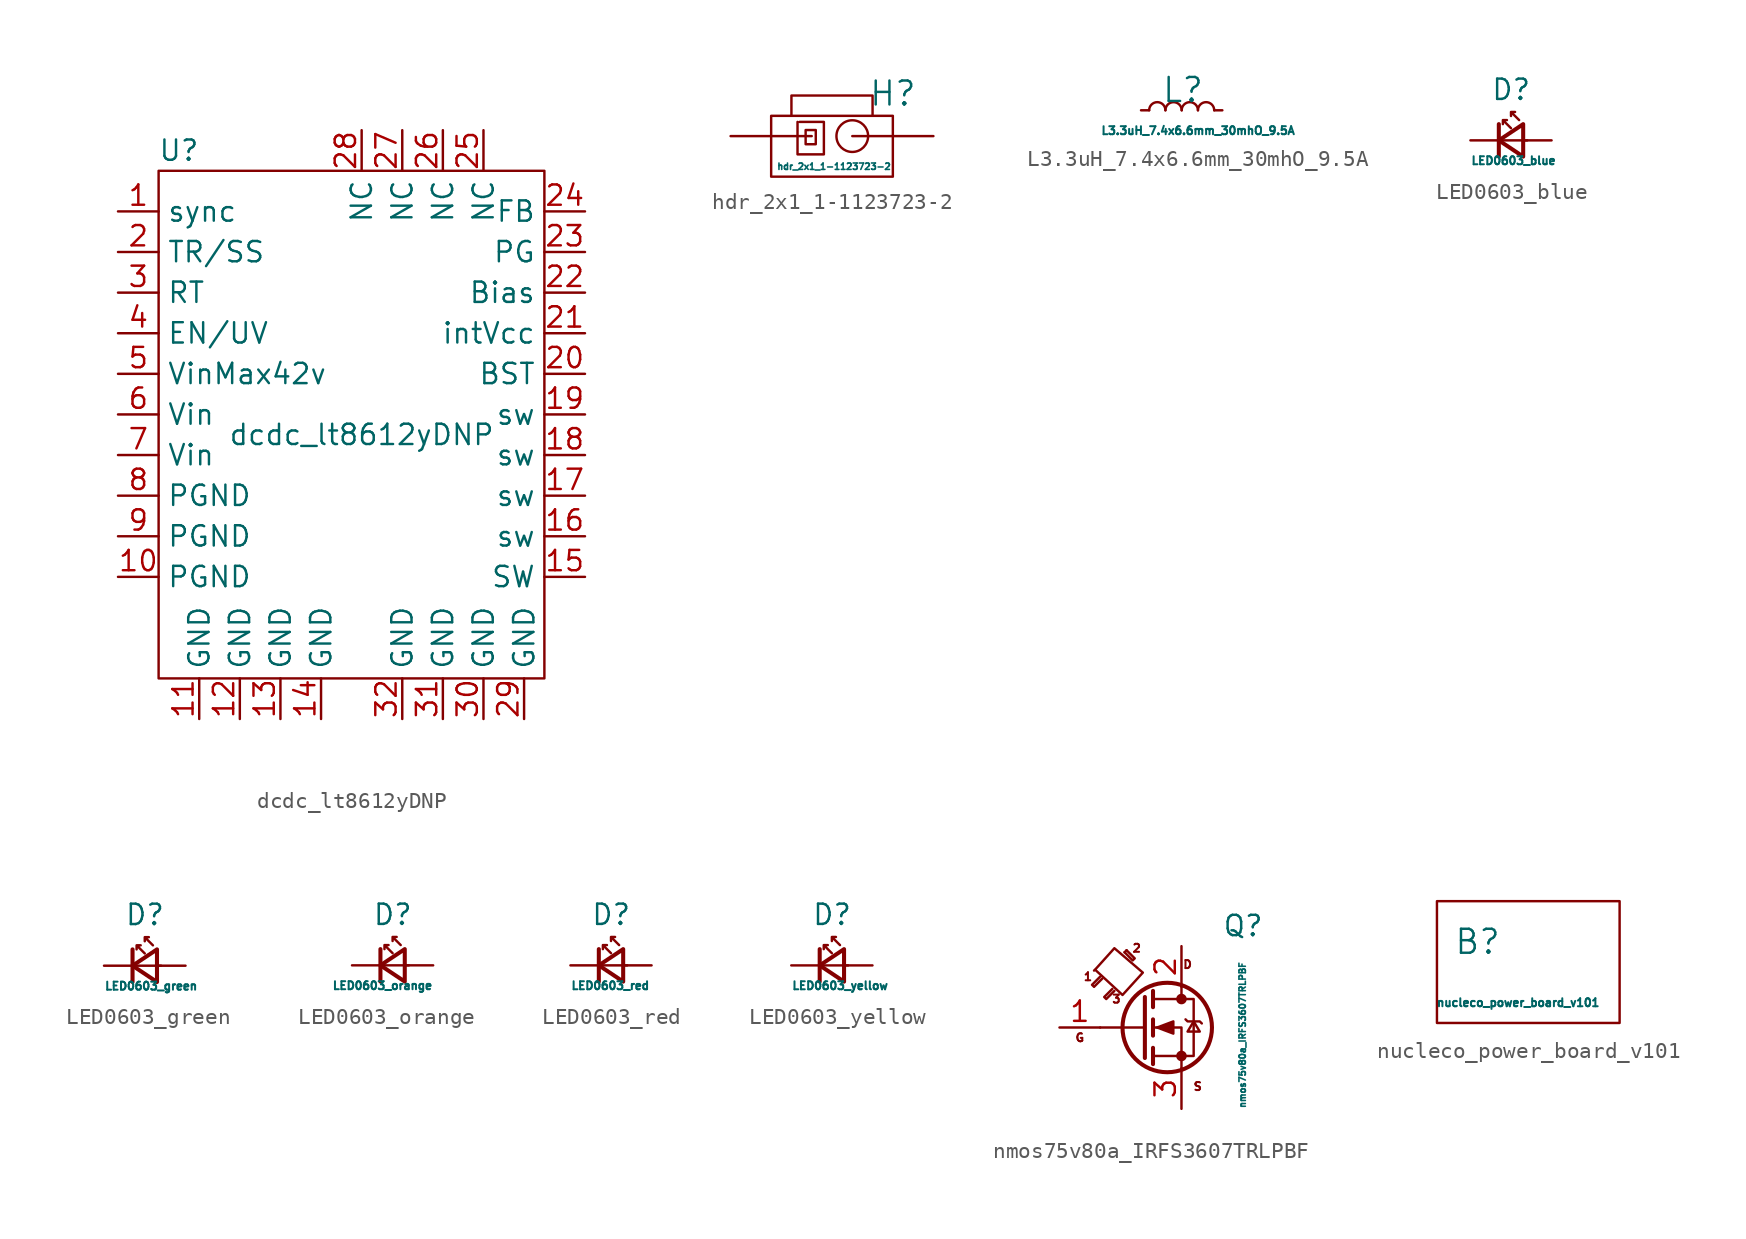
<source format=kicad_sym>
(kicad_symbol_lib
  (version 20211014)
  (generator kicad_symbol_editor)
  (symbol "dcdc_lt8612yDNP"
    (property "Reference" "U"
      (at -7.62 3.81 0)
      (effects (font (size 1.27 1.27))))
    (property "Value" "dcdc_lt8612yDNP"
      (at 3.81 -13.97 0)
      (effects (font (size 1.27 1.27))))
    (symbol "dcdc_lt8612yDNP_0_0"
      (pin input line (at -11.43 0 0) (length 2.54) (name "sync" (effects (font (size 1.27 1.27)))) (number "1" (effects (font (size 1.27 1.27)))))
      (pin power_out line (at -11.43 -22.86 0) (length 2.54) (name "PGND" (effects (font (size 1.27 1.27)))) (number "10" (effects (font (size 1.27 1.27)))))
      (pin power_out line (at -6.35 -31.75 90) (length 2.54) (name "GND" (effects (font (size 1.27 1.27)))) (number "11" (effects (font (size 1.27 1.27)))))
      (pin power_out line (at -3.81 -31.75 90) (length 2.54) (name "GND" (effects (font (size 1.27 1.27)))) (number "12" (effects (font (size 1.27 1.27)))))
      (pin power_out line (at -1.27 -31.75 90) (length 2.54) (name "GND" (effects (font (size 1.27 1.27)))) (number "13" (effects (font (size 1.27 1.27)))))
      (pin power_out line (at 1.27 -31.75 90) (length 2.54) (name "GND" (effects (font (size 1.27 1.27)))) (number "14" (effects (font (size 1.27 1.27)))))
      (pin power_out line (at 17.78 -22.86 180) (length 2.54) (name "SW" (effects (font (size 1.27 1.27)))) (number "15" (effects (font (size 1.27 1.27)))))
      (pin power_out line (at 17.78 -20.32 180) (length 2.54) (name "sw" (effects (font (size 1.27 1.27)))) (number "16" (effects (font (size 1.27 1.27)))))
      (pin power_out line (at 17.78 -17.78 180) (length 2.54) (name "sw" (effects (font (size 1.27 1.27)))) (number "17" (effects (font (size 1.27 1.27)))))
      (pin power_out line (at 17.78 -15.24 180) (length 2.54) (name "sw" (effects (font (size 1.27 1.27)))) (number "18" (effects (font (size 1.27 1.27)))))
      (pin power_out line (at 17.78 -12.7 180) (length 2.54) (name "sw" (effects (font (size 1.27 1.27)))) (number "19" (effects (font (size 1.27 1.27)))))
      (pin input line (at -11.43 -2.54 0) (length 2.54) (name "TR/SS" (effects (font (size 1.27 1.27)))) (number "2" (effects (font (size 1.27 1.27)))))
      (pin power_out line (at 17.78 -10.16 180) (length 2.54) (name "BST" (effects (font (size 1.27 1.27)))) (number "20" (effects (font (size 1.27 1.27)))))
      (pin power_out line (at 17.78 -7.62 180) (length 2.54) (name "intVcc" (effects (font (size 1.27 1.27)))) (number "21" (effects (font (size 1.27 1.27)))))
      (pin input line (at 17.78 -5.08 180) (length 2.54) (name "Bias" (effects (font (size 1.27 1.27)))) (number "22" (effects (font (size 1.27 1.27)))))
      (pin open_collector line (at 17.78 -2.54 180) (length 2.54) (name "PG" (effects (font (size 1.27 1.27)))) (number "23" (effects (font (size 1.27 1.27)))))
      (pin input line (at 17.78 0 180) (length 2.54) (name "FB" (effects (font (size 1.27 1.27)))) (number "24" (effects (font (size 1.27 1.27)))))
      (pin power_out line (at 11.43 5.08 270) (length 2.54) (name "NC" (effects (font (size 1.27 1.27)))) (number "25" (effects (font (size 1.27 1.27)))))
      (pin power_out line (at 8.89 5.08 270) (length 2.54) (name "NC" (effects (font (size 1.27 1.27)))) (number "26" (effects (font (size 1.27 1.27)))))
      (pin power_out line (at 6.35 5.08 270) (length 2.54) (name "NC" (effects (font (size 1.27 1.27)))) (number "27" (effects (font (size 1.27 1.27)))))
      (pin power_out line (at 3.81 5.08 270) (length 2.54) (name "NC" (effects (font (size 1.27 1.27)))) (number "28" (effects (font (size 1.27 1.27)))))
      (pin power_out line (at 13.97 -31.75 90) (length 2.54) (name "GND" (effects (font (size 1.27 1.27)))) (number "29" (effects (font (size 1.27 1.27)))))
      (pin input line (at -11.43 -5.08 0) (length 2.54) (name "RT" (effects (font (size 1.27 1.27)))) (number "3" (effects (font (size 1.27 1.27)))))
      (pin power_out line (at 11.43 -31.75 90) (length 2.54) (name "GND" (effects (font (size 1.27 1.27)))) (number "30" (effects (font (size 1.27 1.27)))))
      (pin power_out line (at 8.89 -31.75 90) (length 2.54) (name "GND" (effects (font (size 1.27 1.27)))) (number "31" (effects (font (size 1.27 1.27)))))
      (pin power_out line (at 6.35 -31.75 90) (length 2.54) (name "GND" (effects (font (size 1.27 1.27)))) (number "32" (effects (font (size 1.27 1.27)))))
      (pin input line (at -11.43 -7.62 0) (length 2.54) (name "EN/UV" (effects (font (size 1.27 1.27)))) (number "4" (effects (font (size 1.27 1.27)))))
      (pin power_in line (at -11.43 -10.16 0) (length 2.54) (name "VinMax42v" (effects (font (size 1.27 1.27)))) (number "5" (effects (font (size 1.27 1.27)))))
      (pin power_in line (at -11.43 -12.7 0) (length 2.54) (name "Vin" (effects (font (size 1.27 1.27)))) (number "6" (effects (font (size 1.27 1.27)))))
      (pin power_in line (at -11.43 -15.24 0) (length 2.54) (name "Vin" (effects (font (size 1.27 1.27)))) (number "7" (effects (font (size 1.27 1.27)))))
      (pin power_out line (at -11.43 -17.78 0) (length 2.54) (name "PGND" (effects (font (size 1.27 1.27)))) (number "8" (effects (font (size 1.27 1.27)))))
      (pin power_out line (at -11.43 -20.32 0) (length 2.54) (name "PGND" (effects (font (size 1.27 1.27)))) (number "9" (effects (font (size 1.27 1.27))))))
    (symbol "dcdc_lt8612yDNP_0_1"
      (rectangle (start -8.89 2.54) (end 15.24 -29.21) (stroke (width 0) (type default) (color 0 0 0 0)) (fill (type none)))))
  (symbol "hdr_2x1_1-1123723-2"
    (pin_numbers hide)
    (pin_names
      (offset 0))
    (property "Reference" "H"
      (at 3.81 2.667 0)
      (effects (font (size 1.5 1.5))))
    (property "Value" "hdr_2x1_1-1123723-2"
      (at 0.127 -1.905 0)
      (effects (font (size 0.4 0.4))))
    (symbol "hdr_2x1_1-1123723-2_0_1"
      (polyline (pts (xy -2.159 0.889) (xy -2.159 -1.143) (xy -0.508 -1.143) (xy -0.508 0.889) (xy -2.032 0.889)) (stroke (width 0) (type default) (color 0 0 0 0)) (fill (type none)))
      (polyline (pts (xy -1.651 0.381) (xy -1.651 -0.508) (xy -1.016 -0.508) (xy -1.016 0.381) (xy -1.651 0.381)) (stroke (width 0) (type default) (color 0 0 0 0)) (fill (type none)))
      (polyline (pts (xy -2.54 1.27) (xy -2.54 2.54) (xy 2.54 2.54) (xy 2.54 1.27) (xy -3.81 1.27) (xy -3.81 -2.54) (xy 3.81 -2.54) (xy 3.81 1.27) (xy 2.54 1.27)) (stroke (width 0) (type default) (color 0 0 0 0)) (fill (type none)))
      (circle (center 1.27 0) (radius 0.992) (stroke (width 0) (type default) (color 0 0 0 0)) (fill (type none))))
    (symbol "hdr_2x1_1-1123723-2_1_1"
      (pin passive line (at -6.35 0 0) (length 5.08) (name "~" (effects (font (size 1.27 1.27)))) (number "1" (effects (font (size 1.27 1.27)))))
      (pin passive line (at 6.35 0 180) (length 5.08) (name "~" (effects (font (size 1.27 1.27)))) (number "2" (effects (font (size 1.27 1.27)))))))
  (symbol "L3.3uH_7.4x6.6mm_30mhO_9.5A"
    (pin_numbers hide)
    (pin_names
      (offset 0.254) hide)
    (property "Reference" "L"
      (at -1.27 1.27 0)
      (effects (font (size 1.5 1.5)) (justify left)))
    (property "Value" "L3.3uH_7.4x6.6mm_30mhO_9.5A"
      (at -5.08 -1.27 0)
      (effects (font (size 0.5 0.5)) (justify left)))
    (symbol "L3.3uH_7.4x6.6mm_30mhO_9.5A_0_1"
      (arc (start -1.016 0) (mid -1.524 0.508) (end -2.032 0) (stroke (width 0) (type default) (color 0 0 0 0)) (fill (type none)))
      (arc (start 0 0) (mid -0.508 0.508) (end -1.016 0) (stroke (width 0) (type default) (color 0 0 0 0)) (fill (type none)))
      (arc (start 1.016 0) (mid 0.508 0.508) (end 0 0) (stroke (width 0) (type default) (color 0 0 0 0)) (fill (type none)))
      (arc (start 2.032 0) (mid 1.524 0.508) (end 1.016 0) (stroke (width 0) (type default) (color 0 0 0 0)) (fill (type none))))
    (symbol "L3.3uH_7.4x6.6mm_30mhO_9.5A_1_1"
      (pin passive line (at -2.54 0 0) (length 0.508) (name "~" (effects (font (size 1.27 1.27)))) (number "1" (effects (font (size 1.27 1.27)))))
      (pin passive line (at 2.54 0 180) (length 0.508) (name "~" (effects (font (size 1.27 1.27)))) (number "2" (effects (font (size 1.27 1.27)))))))
  (symbol "LED0603_blue"
    (pin_numbers hide)
    (pin_names
      (offset 0.254) hide)
    (property "Reference" "D"
      (at -1.27 3.175 0)
      (effects (font (size 1.27 1.27)) (justify left)))
    (property "Value" "LED0603_blue"
      (at -2.54 -1.27 0)
      (effects (font (size 0.5 0.5)) (justify left)))
    (symbol "LED0603_blue_0_1"
      (polyline (pts (xy -0.762 -1.016) (xy -0.762 1.016)) (stroke (width 0.254) (type default) (color 0 0 0 0)) (fill (type none)))
      (polyline (pts (xy 1.016 0) (xy -0.762 0)) (stroke (width 0) (type default) (color 0 0 0 0)) (fill (type none)))
      (polyline (pts (xy 0.762 -1.016) (xy -0.762 0) (xy 0.762 1.016) (xy 0.762 -1.016)) (stroke (width 0.254) (type default) (color 0 0 0 0)) (fill (type none)))
      (polyline (pts (xy 0 0.762) (xy -0.508 1.27) (xy -0.254 1.27) (xy -0.508 1.27) (xy -0.508 1.016)) (stroke (width 0) (type default) (color 0 0 0 0)) (fill (type none)))
      (polyline (pts (xy 0.508 1.27) (xy 0 1.778) (xy 0.254 1.778) (xy 0 1.778) (xy 0 1.524)) (stroke (width 0) (type default) (color 0 0 0 0)) (fill (type none))))
    (symbol "LED0603_blue_1_1"
      (pin passive line (at -2.54 0 0) (length 1.778) (name "K" (effects (font (size 1.27 1.27)))) (number "1" (effects (font (size 1.27 1.27)))))
      (pin passive line (at 2.54 0 180) (length 1.778) (name "A" (effects (font (size 1.27 1.27)))) (number "2" (effects (font (size 1.27 1.27)))))))
  (symbol "LED0603_green"
    (pin_numbers hide)
    (pin_names
      (offset 0.254) hide)
    (property "Reference" "D"
      (at -1.27 3.175 0)
      (effects (font (size 1.27 1.27)) (justify left)))
    (property "Value" "LED0603_green"
      (at -2.54 -1.27 0)
      (effects (font (size 0.5 0.5)) (justify left)))
    (symbol "LED0603_green_0_1"
      (polyline (pts (xy -0.762 -1.016) (xy -0.762 1.016)) (stroke (width 0.254) (type default) (color 0 0 0 0)) (fill (type none)))
      (polyline (pts (xy 1.016 0) (xy -0.762 0)) (stroke (width 0) (type default) (color 0 0 0 0)) (fill (type none)))
      (polyline (pts (xy 0.762 -1.016) (xy -0.762 0) (xy 0.762 1.016) (xy 0.762 -1.016)) (stroke (width 0.254) (type default) (color 0 0 0 0)) (fill (type none)))
      (polyline (pts (xy 0 0.762) (xy -0.508 1.27) (xy -0.254 1.27) (xy -0.508 1.27) (xy -0.508 1.016)) (stroke (width 0) (type default) (color 0 0 0 0)) (fill (type none)))
      (polyline (pts (xy 0.508 1.27) (xy 0 1.778) (xy 0.254 1.778) (xy 0 1.778) (xy 0 1.524)) (stroke (width 0) (type default) (color 0 0 0 0)) (fill (type none))))
    (symbol "LED0603_green_1_1"
      (pin passive line (at -2.54 0 0) (length 1.778) (name "K" (effects (font (size 1.27 1.27)))) (number "1" (effects (font (size 1.27 1.27)))))
      (pin passive line (at 2.54 0 180) (length 1.778) (name "A" (effects (font (size 1.27 1.27)))) (number "2" (effects (font (size 1.27 1.27)))))))
  (symbol "LED0603_orange"
    (pin_numbers hide)
    (pin_names
      (offset 0.254) hide)
    (property "Reference" "D"
      (at -1.27 3.175 0)
      (effects (font (size 1.27 1.27)) (justify left)))
    (property "Value" "LED0603_orange"
      (at -3.81 -1.27 0)
      (effects (font (size 0.5 0.5)) (justify left)))
    (symbol "LED0603_orange_0_1"
      (polyline (pts (xy -0.762 -1.016) (xy -0.762 1.016)) (stroke (width 0.254) (type default) (color 0 0 0 0)) (fill (type none)))
      (polyline (pts (xy 1.016 0) (xy -0.762 0)) (stroke (width 0) (type default) (color 0 0 0 0)) (fill (type none)))
      (polyline (pts (xy 0.762 -1.016) (xy -0.762 0) (xy 0.762 1.016) (xy 0.762 -1.016)) (stroke (width 0.254) (type default) (color 0 0 0 0)) (fill (type none)))
      (polyline (pts (xy 0 0.762) (xy -0.508 1.27) (xy -0.254 1.27) (xy -0.508 1.27) (xy -0.508 1.016)) (stroke (width 0) (type default) (color 0 0 0 0)) (fill (type none)))
      (polyline (pts (xy 0.508 1.27) (xy 0 1.778) (xy 0.254 1.778) (xy 0 1.778) (xy 0 1.524)) (stroke (width 0) (type default) (color 0 0 0 0)) (fill (type none))))
    (symbol "LED0603_orange_1_1"
      (pin passive line (at -2.54 0 0) (length 1.778) (name "K" (effects (font (size 1.27 1.27)))) (number "1" (effects (font (size 1.27 1.27)))))
      (pin passive line (at 2.54 0 180) (length 1.778) (name "A" (effects (font (size 1.27 1.27)))) (number "2" (effects (font (size 1.27 1.27)))))))
  (symbol "LED0603_red"
    (pin_numbers hide)
    (pin_names
      (offset 0.254) hide)
    (property "Reference" "D"
      (at -1.27 3.175 0)
      (effects (font (size 1.27 1.27)) (justify left)))
    (property "Value" "LED0603_red"
      (at -2.54 -1.27 0)
      (effects (font (size 0.5 0.5)) (justify left)))
    (symbol "LED0603_red_0_1"
      (polyline (pts (xy -0.762 -1.016) (xy -0.762 1.016)) (stroke (width 0.254) (type default) (color 0 0 0 0)) (fill (type none)))
      (polyline (pts (xy 1.016 0) (xy -0.762 0)) (stroke (width 0) (type default) (color 0 0 0 0)) (fill (type none)))
      (polyline (pts (xy 0.762 -1.016) (xy -0.762 0) (xy 0.762 1.016) (xy 0.762 -1.016)) (stroke (width 0.254) (type default) (color 0 0 0 0)) (fill (type none)))
      (polyline (pts (xy 0 0.762) (xy -0.508 1.27) (xy -0.254 1.27) (xy -0.508 1.27) (xy -0.508 1.016)) (stroke (width 0) (type default) (color 0 0 0 0)) (fill (type none)))
      (polyline (pts (xy 0.508 1.27) (xy 0 1.778) (xy 0.254 1.778) (xy 0 1.778) (xy 0 1.524)) (stroke (width 0) (type default) (color 0 0 0 0)) (fill (type none))))
    (symbol "LED0603_red_1_1"
      (pin passive line (at -2.54 0 0) (length 1.778) (name "K" (effects (font (size 1.27 1.27)))) (number "1" (effects (font (size 1.27 1.27)))))
      (pin passive line (at 2.54 0 180) (length 1.778) (name "A" (effects (font (size 1.27 1.27)))) (number "2" (effects (font (size 1.27 1.27)))))))
  (symbol "LED0603_yellow"
    (pin_numbers hide)
    (pin_names
      (offset 0.254) hide)
    (property "Reference" "D"
      (at -1.27 3.175 0)
      (effects (font (size 1.27 1.27)) (justify left)))
    (property "Value" "LED0603_yellow"
      (at -2.54 -1.27 0)
      (effects (font (size 0.5 0.5)) (justify left)))
    (symbol "LED0603_yellow_0_1"
      (polyline (pts (xy -0.762 -1.016) (xy -0.762 1.016)) (stroke (width 0.254) (type default) (color 0 0 0 0)) (fill (type none)))
      (polyline (pts (xy 1.016 0) (xy -0.762 0)) (stroke (width 0) (type default) (color 0 0 0 0)) (fill (type none)))
      (polyline (pts (xy 0.762 -1.016) (xy -0.762 0) (xy 0.762 1.016) (xy 0.762 -1.016)) (stroke (width 0.254) (type default) (color 0 0 0 0)) (fill (type none)))
      (polyline (pts (xy 0 0.762) (xy -0.508 1.27) (xy -0.254 1.27) (xy -0.508 1.27) (xy -0.508 1.016)) (stroke (width 0) (type default) (color 0 0 0 0)) (fill (type none)))
      (polyline (pts (xy 0.508 1.27) (xy 0 1.778) (xy 0.254 1.778) (xy 0 1.778) (xy 0 1.524)) (stroke (width 0) (type default) (color 0 0 0 0)) (fill (type none))))
    (symbol "LED0603_yellow_1_1"
      (pin passive line (at -2.54 0 0) (length 1.778) (name "K" (effects (font (size 1.27 1.27)))) (number "1" (effects (font (size 1.27 1.27)))))
      (pin passive line (at 2.54 0 180) (length 1.778) (name "A" (effects (font (size 1.27 1.27)))) (number "2" (effects (font (size 1.27 1.27)))))))
  (symbol "nmos75v80a_IRFS3607TRLPBF"
    (pin_names hide)
    (property "Reference" "Q"
      (at 5.08 6.35 0)
      (effects (font (size 1.27 1.27)) (justify left)))
    (property "Value" "nmos75v80a_IRFS3607TRLPBF"
      (at 6.35 -5.08 90)
      (effects (font (size 0.4 0.4)) (justify left)))
    (symbol "nmos75v80a_IRFS3607TRLPBF_0_0"
      (polyline (pts (xy -0.889 4.826) (xy -1.016 4.699)) (stroke (width 0) (type default) (color 0 0 0 0)) (fill (type none)))
      (text "1" (at -3.302 3.175 0) (effects (font (size 0.5 0.5))))
      (text "2" (at -0.254 4.953 0) (effects (font (size 0.5 0.5))))
      (text "3" (at -1.524 1.778 0) (effects (font (size 0.5 0.5))))
      (text "D" (at 2.921 3.937 0) (effects (font (size 0.5 0.5))))
      (text "G" (at -3.81 -0.635 0) (effects (font (size 0.5 0.5))))
      (text "S" (at 3.556 -3.683 0) (effects (font (size 0.5 0.5)))))
    (symbol "nmos75v80a_IRFS3607TRLPBF_0_1"
      (polyline (pts (xy 0.254 0) (xy -2.54 0)) (stroke (width 0) (type default) (color 0 0 0 0)) (fill (type none)))
      (polyline (pts (xy 0.254 1.905) (xy 0.254 -1.905)) (stroke (width 0.254) (type default) (color 0 0 0 0)) (fill (type none)))
      (polyline (pts (xy 0.762 -1.27) (xy 0.762 -2.286)) (stroke (width 0.254) (type default) (color 0 0 0 0)) (fill (type none)))
      (polyline (pts (xy 0.762 0.508) (xy 0.762 -0.508)) (stroke (width 0.254) (type default) (color 0 0 0 0)) (fill (type none)))
      (polyline (pts (xy 0.762 2.286) (xy 0.762 1.27)) (stroke (width 0.254) (type default) (color 0 0 0 0)) (fill (type none)))
      (polyline (pts (xy 2.54 2.54) (xy 2.54 1.778)) (stroke (width 0) (type default) (color 0 0 0 0)) (fill (type none)))
      (polyline (pts (xy 2.54 -2.54) (xy 2.54 0) (xy 0.762 0)) (stroke (width 0) (type default) (color 0 0 0 0)) (fill (type none)))
      (polyline (pts (xy -2.54 3.175) (xy -3.048 2.667) (xy -2.921 2.54) (xy -2.413 3.048)) (stroke (width 0) (type default) (color 0 0 0 0)) (fill (type none)))
      (polyline (pts (xy -1.778 2.413) (xy -2.286 1.905) (xy -2.159 1.778) (xy -1.651 2.286)) (stroke (width 0) (type default) (color 0 0 0 0)) (fill (type none)))
      (polyline (pts (xy -1.016 4.699) (xy -0.508 4.191) (xy -0.381 4.318) (xy -0.889 4.826)) (stroke (width 0) (type default) (color 0 0 0 0)) (fill (type none)))
      (polyline (pts (xy 0.762 -1.778) (xy 3.302 -1.778) (xy 3.302 1.778) (xy 0.762 1.778)) (stroke (width 0) (type default) (color 0 0 0 0)) (fill (type none)))
      (polyline (pts (xy 1.016 0) (xy 2.032 0.381) (xy 2.032 -0.381) (xy 1.016 0)) (stroke (width 0) (type default) (color 0 0 0 0)) (fill (type outline)))
      (polyline (pts (xy 2.794 0.508) (xy 2.921 0.381) (xy 3.683 0.381) (xy 3.81 0.254)) (stroke (width 0) (type default) (color 0 0 0 0)) (fill (type none)))
      (polyline (pts (xy 3.302 0.381) (xy 2.921 -0.254) (xy 3.683 -0.254) (xy 3.302 0.381)) (stroke (width 0) (type default) (color 0 0 0 0)) (fill (type none)))
      (polyline (pts (xy -2.794 3.556) (xy -1.143 2.032) (xy 0.127 3.429) (xy -1.651 4.953) (xy -2.794 3.683) (xy -2.921 3.556)) (stroke (width 0) (type default) (color 0 0 0 0)) (fill (type none)))
      (circle (center 1.651 0) (radius 2.794) (stroke (width 0.254) (type default) (color 0 0 0 0)) (fill (type none)))
      (circle (center 2.54 -1.778) (radius 0.254) (stroke (width 0) (type default) (color 0 0 0 0)) (fill (type outline)))
      (circle (center 2.54 1.778) (radius 0.254) (stroke (width 0) (type default) (color 0 0 0 0)) (fill (type outline))))
    (symbol "nmos75v80a_IRFS3607TRLPBF_1_1"
      (pin passive line (at -5.08 0 0) (length 2.54) (name "G" (effects (font (size 1.27 1.27)))) (number "1" (effects (font (size 1.27 1.27)))))
      (pin passive line (at 2.54 5.08 270) (length 2.54) (name "D" (effects (font (size 1.27 1.27)))) (number "2" (effects (font (size 1.27 1.27)))))
      (pin passive line (at 2.54 -5.08 90) (length 2.54) (name "S" (effects (font (size 1.27 1.27)))) (number "3" (effects (font (size 1.27 1.27)))))))
  (symbol "nucleco_power_board_v101"
    (pin_numbers hide)
    (pin_names
      (offset 0))
    (property "Reference" "B"
      (at -2.54 1.27 0)
      (effects (font (size 1.5 1.5))))
    (property "Value" "nucleco_power_board_v101"
      (at 0 -2.54 0)
      (effects (font (size 0.5 0.5))))
    (symbol "nucleco_power_board_v101_0_1"
      (polyline (pts (xy -5.08 3.81) (xy -5.08 -3.81) (xy 6.35 -3.81) (xy 6.35 3.81) (xy -5.08 3.81)) (stroke (width 0) (type default) (color 0 0 0 0)) (fill (type none))))))
</source>
